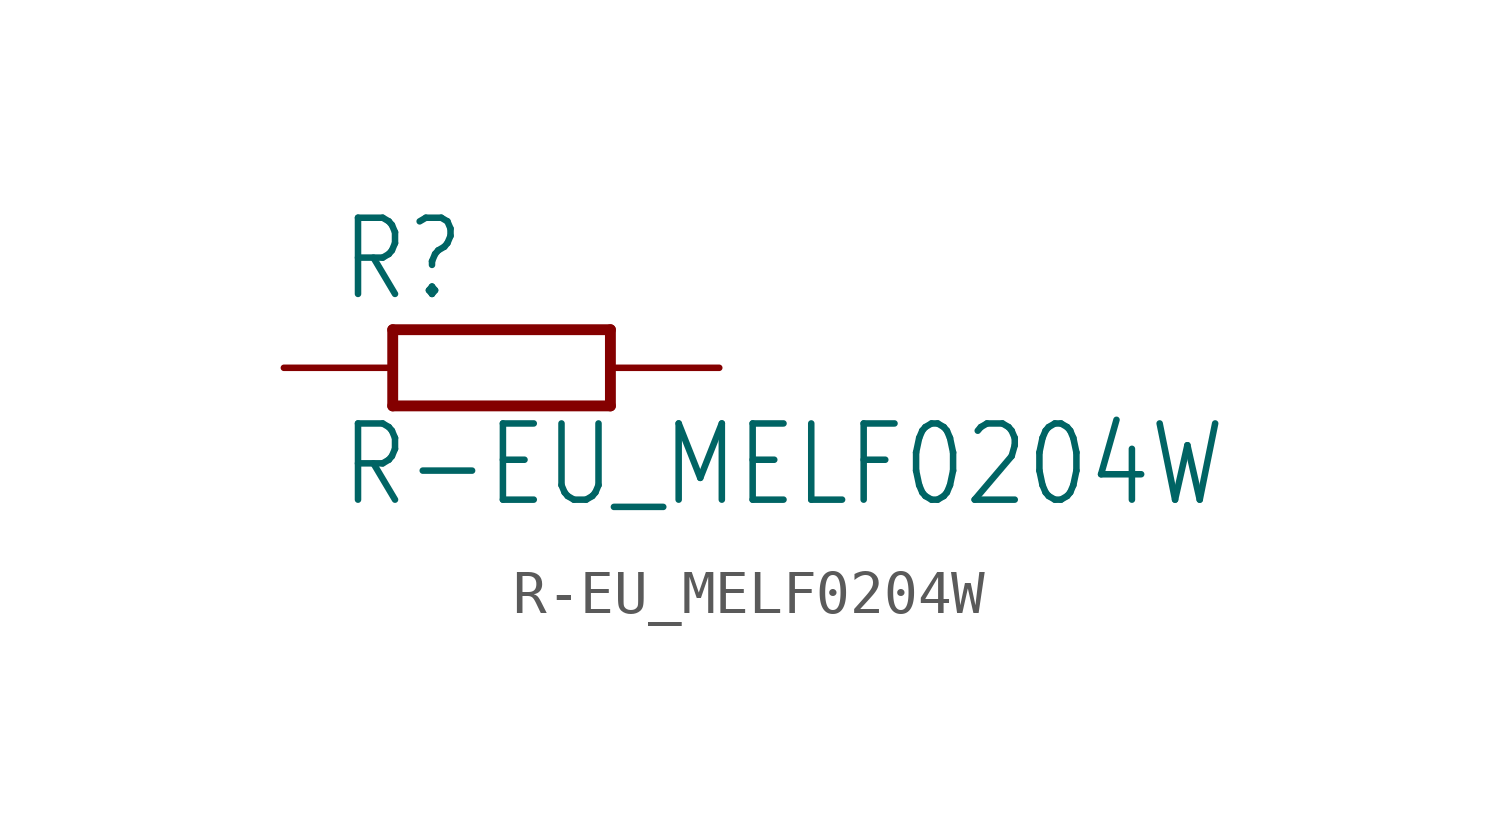
<source format=kicad_sym>
(kicad_symbol_lib
  (version 20211014)
  (generator kicad_symbol_editor)
  (symbol "R-EU_MELF0204W"
    (property "Reference" "R"
      (at -3.81 1.499 0)
      (effects (font (size 1.778 1.511)) (justify left bottom)))
    (property "Value" "R-EU_MELF0204W"
      (at -3.81 -3.302 0)
      (effects (font (size 1.778 1.511)) (justify left bottom)))
    (property "ki_locked" ""
      (at 0 0 0)
      (effects (font (size 1.27 1.27))))
    (symbol "R-EU_MELF0204W_1_0"
      (polyline (pts (xy -2.54 -0.889) (xy -2.54 0.889)) (stroke (width 0.254) (type default) (color 0 0 0 0)) (fill (type none)))
      (polyline (pts (xy -2.54 -0.889) (xy 2.54 -0.889)) (stroke (width 0.254) (type default) (color 0 0 0 0)) (fill (type none)))
      (polyline (pts (xy 2.54 -0.889) (xy 2.54 0.889)) (stroke (width 0.254) (type default) (color 0 0 0 0)) (fill (type none)))
      (polyline (pts (xy 2.54 0.889) (xy -2.54 0.889)) (stroke (width 0.254) (type default) (color 0 0 0 0)) (fill (type none)))
      (pin passive line (at -5.08 0 0) (length 2.54) (name "1" (effects (font (size 0 0)))) (number "1" (effects (font (size 0 0)))))
      (pin passive line (at 5.08 0 180) (length 2.54) (name "2" (effects (font (size 0 0)))) (number "2" (effects (font (size 0 0))))))))
</source>
